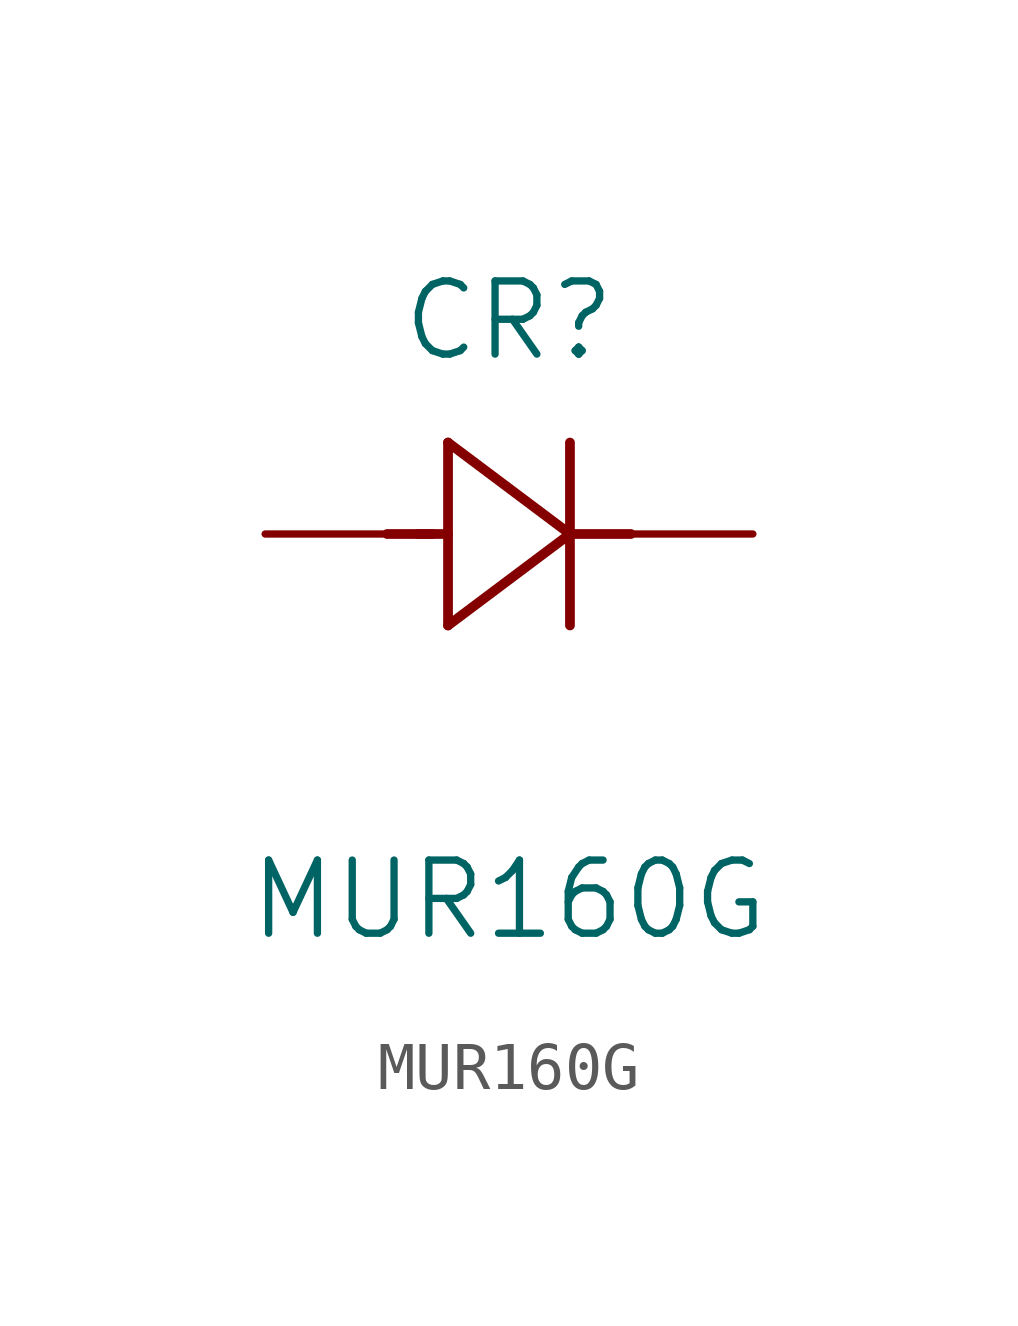
<source format=kicad_sym>
(kicad_symbol_lib
  (version 20211014)
  (generator kicad_symbol_editor)
  (symbol "MUR160G"
    (pin_numbers hide)
    (pin_names
      (offset -1.651) hide)
    (property "Reference" "CR"
      (at 5.08 4.445 0)
      (effects (font (size 1.524 1.524))))
    (property "Value" "MUR160G"
      (at 5.08 -7.62 0)
      (effects (font (size 1.524 1.524))))
    (property "Datasheet" ""
      (at 0 0 0)
      (effects (font (size 1.524 1.524))))
    (property "ki_locked" ""
      (at 0 0 0)
      (effects (font (size 1.27 1.27))))
    (symbol "MUR160G_1_1"
      (polyline (pts (xy 2.54 0) (xy 3.48 0)) (stroke (width 0.203) (type default) (color 0 0 0 0)) (fill (type none)))
      (polyline (pts (xy 3.175 0) (xy 3.81 0)) (stroke (width 0.203) (type default) (color 0 0 0 0)) (fill (type none)))
      (polyline (pts (xy 3.81 -1.905) (xy 6.35 0)) (stroke (width 0.203) (type default) (color 0 0 0 0)) (fill (type none)))
      (polyline (pts (xy 3.81 1.905) (xy 3.81 -1.905)) (stroke (width 0.203) (type default) (color 0 0 0 0)) (fill (type none)))
      (polyline (pts (xy 6.35 -1.905) (xy 6.35 1.905)) (stroke (width 0.203) (type default) (color 0 0 0 0)) (fill (type none)))
      (polyline (pts (xy 6.35 0) (xy 3.81 1.905)) (stroke (width 0.203) (type default) (color 0 0 0 0)) (fill (type none)))
      (polyline (pts (xy 6.35 0) (xy 7.62 0)) (stroke (width 0.203) (type default) (color 0 0 0 0)) (fill (type none)))
      (pin unspecified line (at 10.16 0 180) (length 2.54) (name "1" (effects (font (size 1.499 1.499)))) (number "1" (effects (font (size 1.499 1.499)))))
      (pin unspecified line (at 0 0 0) (length 2.54) (name "2" (effects (font (size 1.499 1.499)))) (number "2" (effects (font (size 1.499 1.499))))))))
</source>
